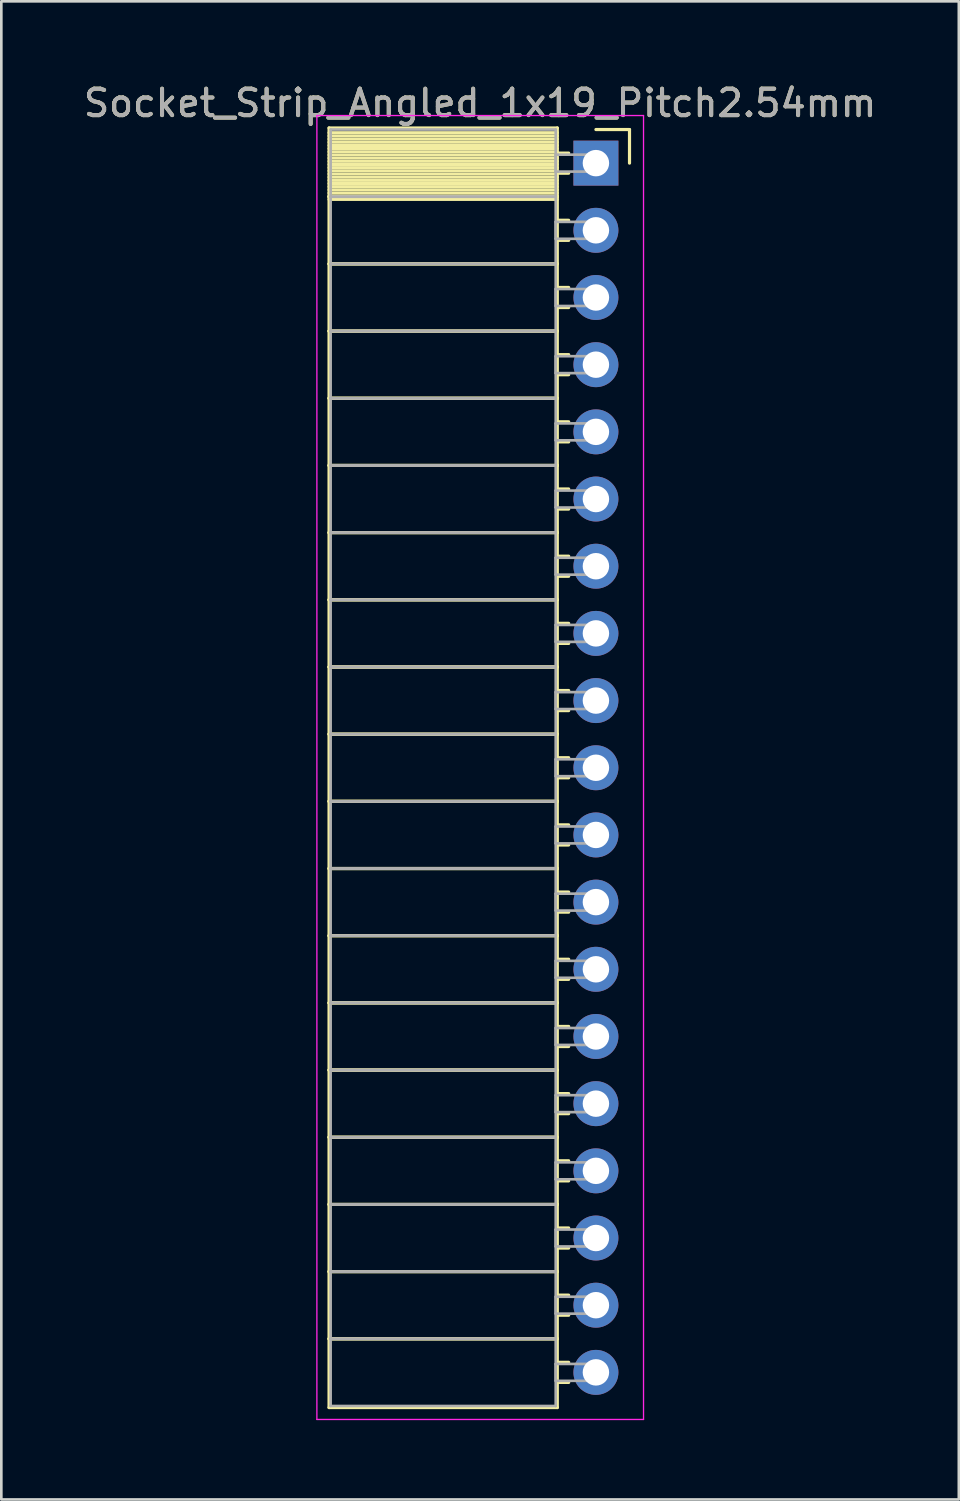
<source format=kicad_pcb>
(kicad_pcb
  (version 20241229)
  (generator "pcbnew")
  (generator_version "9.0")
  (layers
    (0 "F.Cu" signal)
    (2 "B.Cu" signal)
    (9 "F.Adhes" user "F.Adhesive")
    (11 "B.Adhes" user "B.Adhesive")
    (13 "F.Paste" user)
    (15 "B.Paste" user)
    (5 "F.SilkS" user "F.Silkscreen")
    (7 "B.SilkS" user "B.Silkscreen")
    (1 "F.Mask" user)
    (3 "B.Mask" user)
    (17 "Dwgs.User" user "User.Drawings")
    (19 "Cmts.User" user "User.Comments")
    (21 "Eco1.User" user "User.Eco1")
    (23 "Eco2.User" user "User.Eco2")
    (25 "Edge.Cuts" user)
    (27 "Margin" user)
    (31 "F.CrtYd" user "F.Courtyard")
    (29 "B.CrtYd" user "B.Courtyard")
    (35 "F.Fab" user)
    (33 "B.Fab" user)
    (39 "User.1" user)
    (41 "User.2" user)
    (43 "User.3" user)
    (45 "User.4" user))
  (footprint "Socket_Strip_Angled_1x19_Pitch2.54mm"
    (layer "F.Cu")
    (at 19.481 3.118)
    (property "Reference" "Socket_Strip_Angled_1x19_Pitch2.54mm" (at -4.38 -2.27 0) (layer "F.SilkS") (effects (font (size 1 1) (thickness 0.15))))
    (attr through_hole)
    (fp_line (start -10.09 -1.33) (end -1.46 -1.33) (stroke (width 0.12) (type solid)) (layer "F.SilkS"))
    (fp_line (start -10.09 1.27) (end -10.09 -1.33) (stroke (width 0.12) (type solid)) (layer "F.SilkS"))
    (fp_line (start -10.09 1.27) (end -1.46 1.27) (stroke (width 0.12) (type solid)) (layer "F.SilkS"))
    (fp_line (start -10.09 3.81) (end -10.09 1.27) (stroke (width 0.12) (type solid)) (layer "F.SilkS"))
    (fp_line (start -10.09 3.81) (end -1.46 3.81) (stroke (width 0.12) (type solid)) (layer "F.SilkS"))
    (fp_line (start -10.09 6.35) (end -10.09 3.81) (stroke (width 0.12) (type solid)) (layer "F.SilkS"))
    (fp_line (start -10.09 6.35) (end -1.46 6.35) (stroke (width 0.12) (type solid)) (layer "F.SilkS"))
    (fp_line (start -10.09 8.89) (end -10.09 6.35) (stroke (width 0.12) (type solid)) (layer "F.SilkS"))
    (fp_line (start -10.09 8.89) (end -1.46 8.89) (stroke (width 0.12) (type solid)) (layer "F.SilkS"))
    (fp_line (start -10.09 11.43) (end -10.09 8.89) (stroke (width 0.12) (type solid)) (layer "F.SilkS"))
    (fp_line (start -10.09 11.43) (end -1.46 11.43) (stroke (width 0.12) (type solid)) (layer "F.SilkS"))
    (fp_line (start -10.09 13.97) (end -10.09 11.43) (stroke (width 0.12) (type solid)) (layer "F.SilkS"))
    (fp_line (start -10.09 13.97) (end -1.46 13.97) (stroke (width 0.12) (type solid)) (layer "F.SilkS"))
    (fp_line (start -10.09 16.51) (end -10.09 13.97) (stroke (width 0.12) (type solid)) (layer "F.SilkS"))
    (fp_line (start -10.09 16.51) (end -1.46 16.51) (stroke (width 0.12) (type solid)) (layer "F.SilkS"))
    (fp_line (start -10.09 19.05) (end -10.09 16.51) (stroke (width 0.12) (type solid)) (layer "F.SilkS"))
    (fp_line (start -10.09 19.05) (end -1.46 19.05) (stroke (width 0.12) (type solid)) (layer "F.SilkS"))
    (fp_line (start -10.09 21.59) (end -10.09 19.05) (stroke (width 0.12) (type solid)) (layer "F.SilkS"))
    (fp_line (start -10.09 21.59) (end -1.46 21.59) (stroke (width 0.12) (type solid)) (layer "F.SilkS"))
    (fp_line (start -10.09 24.13) (end -10.09 21.59) (stroke (width 0.12) (type solid)) (layer "F.SilkS"))
    (fp_line (start -10.09 24.13) (end -1.46 24.13) (stroke (width 0.12) (type solid)) (layer "F.SilkS"))
    (fp_line (start -10.09 26.67) (end -10.09 24.13) (stroke (width 0.12) (type solid)) (layer "F.SilkS"))
    (fp_line (start -10.09 26.67) (end -1.46 26.67) (stroke (width 0.12) (type solid)) (layer "F.SilkS"))
    (fp_line (start -10.09 29.21) (end -10.09 26.67) (stroke (width 0.12) (type solid)) (layer "F.SilkS"))
    (fp_line (start -10.09 29.21) (end -1.46 29.21) (stroke (width 0.12) (type solid)) (layer "F.SilkS"))
    (fp_line (start -10.09 31.75) (end -10.09 29.21) (stroke (width 0.12) (type solid)) (layer "F.SilkS"))
    (fp_line (start -10.09 31.75) (end -1.46 31.75) (stroke (width 0.12) (type solid)) (layer "F.SilkS"))
    (fp_line (start -10.09 34.29) (end -10.09 31.75) (stroke (width 0.12) (type solid)) (layer "F.SilkS"))
    (fp_line (start -10.09 34.29) (end -1.46 34.29) (stroke (width 0.12) (type solid)) (layer "F.SilkS"))
    (fp_line (start -10.09 36.83) (end -10.09 34.29) (stroke (width 0.12) (type solid)) (layer "F.SilkS"))
    (fp_line (start -10.09 36.83) (end -1.46 36.83) (stroke (width 0.12) (type solid)) (layer "F.SilkS"))
    (fp_line (start -10.09 39.37) (end -10.09 36.83) (stroke (width 0.12) (type solid)) (layer "F.SilkS"))
    (fp_line (start -10.09 39.37) (end -1.46 39.37) (stroke (width 0.12) (type solid)) (layer "F.SilkS"))
    (fp_line (start -10.09 41.91) (end -10.09 39.37) (stroke (width 0.12) (type solid)) (layer "F.SilkS"))
    (fp_line (start -10.09 41.91) (end -1.46 41.91) (stroke (width 0.12) (type solid)) (layer "F.SilkS"))
    (fp_line (start -10.09 44.45) (end -10.09 41.91) (stroke (width 0.12) (type solid)) (layer "F.SilkS"))
    (fp_line (start -10.09 44.45) (end -1.46 44.45) (stroke (width 0.12) (type solid)) (layer "F.SilkS"))
    (fp_line (start -10.09 47.05) (end -10.09 44.45) (stroke (width 0.12) (type solid)) (layer "F.SilkS"))
    (fp_line (start -1.46 -1.33) (end -1.46 1.27) (stroke (width 0.12) (type solid)) (layer "F.SilkS"))
    (fp_line (start -1.46 -1.15) (end -10.09 -1.15) (stroke (width 0.12) (type solid)) (layer "F.SilkS"))
    (fp_line (start -1.46 -1.03) (end -10.09 -1.03) (stroke (width 0.12) (type solid)) (layer "F.SilkS"))
    (fp_line (start -1.46 -0.91) (end -10.09 -0.91) (stroke (width 0.12) (type solid)) (layer "F.SilkS"))
    (fp_line (start -1.46 -0.79) (end -10.09 -0.79) (stroke (width 0.12) (type solid)) (layer "F.SilkS"))
    (fp_line (start -1.46 -0.67) (end -10.09 -0.67) (stroke (width 0.12) (type solid)) (layer "F.SilkS"))
    (fp_line (start -1.46 -0.55) (end -10.09 -0.55) (stroke (width 0.12) (type solid)) (layer "F.SilkS"))
    (fp_line (start -1.46 -0.43) (end -10.09 -0.43) (stroke (width 0.12) (type solid)) (layer "F.SilkS"))
    (fp_line (start -1.46 -0.31) (end -10.09 -0.31) (stroke (width 0.12) (type solid)) (layer "F.SilkS"))
    (fp_line (start -1.46 -0.19) (end -10.09 -0.19) (stroke (width 0.12) (type solid)) (layer "F.SilkS"))
    (fp_line (start -1.46 -0.07) (end -10.09 -0.07) (stroke (width 0.12) (type solid)) (layer "F.SilkS"))
    (fp_line (start -1.46 0.05) (end -10.09 0.05) (stroke (width 0.12) (type solid)) (layer "F.SilkS"))
    (fp_line (start -1.46 0.17) (end -10.09 0.17) (stroke (width 0.12) (type solid)) (layer "F.SilkS"))
    (fp_line (start -1.46 0.29) (end -10.09 0.29) (stroke (width 0.12) (type solid)) (layer "F.SilkS"))
    (fp_line (start -1.46 0.41) (end -10.09 0.41) (stroke (width 0.12) (type solid)) (layer "F.SilkS"))
    (fp_line (start -1.46 0.53) (end -10.09 0.53) (stroke (width 0.12) (type solid)) (layer "F.SilkS"))
    (fp_line (start -1.46 0.65) (end -10.09 0.65) (stroke (width 0.12) (type solid)) (layer "F.SilkS"))
    (fp_line (start -1.46 0.77) (end -10.09 0.77) (stroke (width 0.12) (type solid)) (layer "F.SilkS"))
    (fp_line (start -1.46 0.89) (end -10.09 0.89) (stroke (width 0.12) (type solid)) (layer "F.SilkS"))
    (fp_line (start -1.46 1.01) (end -10.09 1.01) (stroke (width 0.12) (type solid)) (layer "F.SilkS"))
    (fp_line (start -1.46 1.13) (end -10.09 1.13) (stroke (width 0.12) (type solid)) (layer "F.SilkS"))
    (fp_line (start -1.46 1.25) (end -10.09 1.25) (stroke (width 0.12) (type solid)) (layer "F.SilkS"))
    (fp_line (start -1.46 1.27) (end -10.09 1.27) (stroke (width 0.12) (type solid)) (layer "F.SilkS"))
    (fp_line (start -1.46 1.27) (end -1.46 3.81) (stroke (width 0.12) (type solid)) (layer "F.SilkS"))
    (fp_line (start -1.46 1.37) (end -10.09 1.37) (stroke (width 0.12) (type solid)) (layer "F.SilkS"))
    (fp_line (start -1.46 3.81) (end -10.09 3.81) (stroke (width 0.12) (type solid)) (layer "F.SilkS"))
    (fp_line (start -1.46 3.81) (end -1.46 6.35) (stroke (width 0.12) (type solid)) (layer "F.SilkS"))
    (fp_line (start -1.46 6.35) (end -10.09 6.35) (stroke (width 0.12) (type solid)) (layer "F.SilkS"))
    (fp_line (start -1.46 6.35) (end -1.46 8.89) (stroke (width 0.12) (type solid)) (layer "F.SilkS"))
    (fp_line (start -1.46 8.89) (end -10.09 8.89) (stroke (width 0.12) (type solid)) (layer "F.SilkS"))
    (fp_line (start -1.46 8.89) (end -1.46 11.43) (stroke (width 0.12) (type solid)) (layer "F.SilkS"))
    (fp_line (start -1.46 11.43) (end -10.09 11.43) (stroke (width 0.12) (type solid)) (layer "F.SilkS"))
    (fp_line (start -1.46 11.43) (end -1.46 13.97) (stroke (width 0.12) (type solid)) (layer "F.SilkS"))
    (fp_line (start -1.46 13.97) (end -10.09 13.97) (stroke (width 0.12) (type solid)) (layer "F.SilkS"))
    (fp_line (start -1.46 13.97) (end -1.46 16.51) (stroke (width 0.12) (type solid)) (layer "F.SilkS"))
    (fp_line (start -1.46 16.51) (end -10.09 16.51) (stroke (width 0.12) (type solid)) (layer "F.SilkS"))
    (fp_line (start -1.46 16.51) (end -1.46 19.05) (stroke (width 0.12) (type solid)) (layer "F.SilkS"))
    (fp_line (start -1.46 19.05) (end -10.09 19.05) (stroke (width 0.12) (type solid)) (layer "F.SilkS"))
    (fp_line (start -1.46 19.05) (end -1.46 21.59) (stroke (width 0.12) (type solid)) (layer "F.SilkS"))
    (fp_line (start -1.46 21.59) (end -10.09 21.59) (stroke (width 0.12) (type solid)) (layer "F.SilkS"))
    (fp_line (start -1.46 21.59) (end -1.46 24.13) (stroke (width 0.12) (type solid)) (layer "F.SilkS"))
    (fp_line (start -1.46 24.13) (end -10.09 24.13) (stroke (width 0.12) (type solid)) (layer "F.SilkS"))
    (fp_line (start -1.46 24.13) (end -1.46 26.67) (stroke (width 0.12) (type solid)) (layer "F.SilkS"))
    (fp_line (start -1.46 26.67) (end -10.09 26.67) (stroke (width 0.12) (type solid)) (layer "F.SilkS"))
    (fp_line (start -1.46 26.67) (end -1.46 29.21) (stroke (width 0.12) (type solid)) (layer "F.SilkS"))
    (fp_line (start -1.46 29.21) (end -10.09 29.21) (stroke (width 0.12) (type solid)) (layer "F.SilkS"))
    (fp_line (start -1.46 29.21) (end -1.46 31.75) (stroke (width 0.12) (type solid)) (layer "F.SilkS"))
    (fp_line (start -1.46 31.75) (end -10.09 31.75) (stroke (width 0.12) (type solid)) (layer "F.SilkS"))
    (fp_line (start -1.46 31.75) (end -1.46 34.29) (stroke (width 0.12) (type solid)) (layer "F.SilkS"))
    (fp_line (start -1.46 34.29) (end -10.09 34.29) (stroke (width 0.12) (type solid)) (layer "F.SilkS"))
    (fp_line (start -1.46 34.29) (end -1.46 36.83) (stroke (width 0.12) (type solid)) (layer "F.SilkS"))
    (fp_line (start -1.46 36.83) (end -10.09 36.83) (stroke (width 0.12) (type solid)) (layer "F.SilkS"))
    (fp_line (start -1.46 36.83) (end -1.46 39.37) (stroke (width 0.12) (type solid)) (layer "F.SilkS"))
    (fp_line (start -1.46 39.37) (end -10.09 39.37) (stroke (width 0.12) (type solid)) (layer "F.SilkS"))
    (fp_line (start -1.46 39.37) (end -1.46 41.91) (stroke (width 0.12) (type solid)) (layer "F.SilkS"))
    (fp_line (start -1.46 41.91) (end -10.09 41.91) (stroke (width 0.12) (type solid)) (layer "F.SilkS"))
    (fp_line (start -1.46 41.91) (end -1.46 44.45) (stroke (width 0.12) (type solid)) (layer "F.SilkS"))
    (fp_line (start -1.46 44.45) (end -10.09 44.45) (stroke (width 0.12) (type solid)) (layer "F.SilkS"))
    (fp_line (start -1.46 44.45) (end -1.46 47.05) (stroke (width 0.12) (type solid)) (layer "F.SilkS"))
    (fp_line (start -1.46 47.05) (end -10.09 47.05) (stroke (width 0.12) (type solid)) (layer "F.SilkS"))
    (fp_line (start -1.03 -0.38) (end -1.46 -0.38) (stroke (width 0.12) (type solid)) (layer "F.SilkS"))
    (fp_line (start -1.03 0.38) (end -1.46 0.38) (stroke (width 0.12) (type solid)) (layer "F.SilkS"))
    (fp_line (start -1.03 2.16) (end -1.46 2.16) (stroke (width 0.12) (type solid)) (layer "F.SilkS"))
    (fp_line (start -1.03 2.92) (end -1.46 2.92) (stroke (width 0.12) (type solid)) (layer "F.SilkS"))
    (fp_line (start -1.03 4.7) (end -1.46 4.7) (stroke (width 0.12) (type solid)) (layer "F.SilkS"))
    (fp_line (start -1.03 5.46) (end -1.46 5.46) (stroke (width 0.12) (type solid)) (layer "F.SilkS"))
    (fp_line (start -1.03 7.24) (end -1.46 7.24) (stroke (width 0.12) (type solid)) (layer "F.SilkS"))
    (fp_line (start -1.03 8) (end -1.46 8) (stroke (width 0.12) (type solid)) (layer "F.SilkS"))
    (fp_line (start -1.03 9.78) (end -1.46 9.78) (stroke (width 0.12) (type solid)) (layer "F.SilkS"))
    (fp_line (start -1.03 10.54) (end -1.46 10.54) (stroke (width 0.12) (type solid)) (layer "F.SilkS"))
    (fp_line (start -1.03 12.32) (end -1.46 12.32) (stroke (width 0.12) (type solid)) (layer "F.SilkS"))
    (fp_line (start -1.03 13.08) (end -1.46 13.08) (stroke (width 0.12) (type solid)) (layer "F.SilkS"))
    (fp_line (start -1.03 14.86) (end -1.46 14.86) (stroke (width 0.12) (type solid)) (layer "F.SilkS"))
    (fp_line (start -1.03 15.62) (end -1.46 15.62) (stroke (width 0.12) (type solid)) (layer "F.SilkS"))
    (fp_line (start -1.03 17.4) (end -1.46 17.4) (stroke (width 0.12) (type solid)) (layer "F.SilkS"))
    (fp_line (start -1.03 18.16) (end -1.46 18.16) (stroke (width 0.12) (type solid)) (layer "F.SilkS"))
    (fp_line (start -1.03 19.94) (end -1.46 19.94) (stroke (width 0.12) (type solid)) (layer "F.SilkS"))
    (fp_line (start -1.03 20.7) (end -1.46 20.7) (stroke (width 0.12) (type solid)) (layer "F.SilkS"))
    (fp_line (start -1.03 22.48) (end -1.46 22.48) (stroke (width 0.12) (type solid)) (layer "F.SilkS"))
    (fp_line (start -1.03 23.24) (end -1.46 23.24) (stroke (width 0.12) (type solid)) (layer "F.SilkS"))
    (fp_line (start -1.03 25.02) (end -1.46 25.02) (stroke (width 0.12) (type solid)) (layer "F.SilkS"))
    (fp_line (start -1.03 25.78) (end -1.46 25.78) (stroke (width 0.12) (type solid)) (layer "F.SilkS"))
    (fp_line (start -1.03 27.56) (end -1.46 27.56) (stroke (width 0.12) (type solid)) (layer "F.SilkS"))
    (fp_line (start -1.03 28.32) (end -1.46 28.32) (stroke (width 0.12) (type solid)) (layer "F.SilkS"))
    (fp_line (start -1.03 30.1) (end -1.46 30.1) (stroke (width 0.12) (type solid)) (layer "F.SilkS"))
    (fp_line (start -1.03 30.86) (end -1.46 30.86) (stroke (width 0.12) (type solid)) (layer "F.SilkS"))
    (fp_line (start -1.03 32.64) (end -1.46 32.64) (stroke (width 0.12) (type solid)) (layer "F.SilkS"))
    (fp_line (start -1.03 33.4) (end -1.46 33.4) (stroke (width 0.12) (type solid)) (layer "F.SilkS"))
    (fp_line (start -1.03 35.18) (end -1.46 35.18) (stroke (width 0.12) (type solid)) (layer "F.SilkS"))
    (fp_line (start -1.03 35.94) (end -1.46 35.94) (stroke (width 0.12) (type solid)) (layer "F.SilkS"))
    (fp_line (start -1.03 37.72) (end -1.46 37.72) (stroke (width 0.12) (type solid)) (layer "F.SilkS"))
    (fp_line (start -1.03 38.48) (end -1.46 38.48) (stroke (width 0.12) (type solid)) (layer "F.SilkS"))
    (fp_line (start -1.03 40.26) (end -1.46 40.26) (stroke (width 0.12) (type solid)) (layer "F.SilkS"))
    (fp_line (start -1.03 41.02) (end -1.46 41.02) (stroke (width 0.12) (type solid)) (layer "F.SilkS"))
    (fp_line (start -1.03 42.8) (end -1.46 42.8) (stroke (width 0.12) (type solid)) (layer "F.SilkS"))
    (fp_line (start -1.03 43.56) (end -1.46 43.56) (stroke (width 0.12) (type solid)) (layer "F.SilkS"))
    (fp_line (start -1.03 45.34) (end -1.46 45.34) (stroke (width 0.12) (type solid)) (layer "F.SilkS"))
    (fp_line (start -1.03 46.1) (end -1.46 46.1) (stroke (width 0.12) (type solid)) (layer "F.SilkS"))
    (fp_line (start 0 -1.27) (end 1.27 -1.27) (stroke (width 0.12) (type solid)) (layer "F.SilkS"))
    (fp_line (start 1.27 -1.27) (end 1.27 0) (stroke (width 0.12) (type solid)) (layer "F.SilkS"))
    (fp_line (start -10.55 -1.8) (end 1.8 -1.8) (stroke (width 0.05) (type solid)) (layer "F.CrtYd"))
    (fp_line (start -10.55 47.5) (end -10.55 -1.8) (stroke (width 0.05) (type solid)) (layer "F.CrtYd"))
    (fp_line (start 1.8 -1.8) (end 1.8 47.5) (stroke (width 0.05) (type solid)) (layer "F.CrtYd"))
    (fp_line (start 1.8 47.5) (end -10.55 47.5) (stroke (width 0.05) (type solid)) (layer "F.CrtYd"))
    (fp_line (start -10.03 -1.27) (end -1.52 -1.27) (stroke (width 0.1) (type solid)) (layer "F.Fab"))
    (fp_line (start -10.03 1.27) (end -10.03 -1.27) (stroke (width 0.1) (type solid)) (layer "F.Fab"))
    (fp_line (start -10.03 1.27) (end -1.52 1.27) (stroke (width 0.1) (type solid)) (layer "F.Fab"))
    (fp_line (start -10.03 3.81) (end -10.03 1.27) (stroke (width 0.1) (type solid)) (layer "F.Fab"))
    (fp_line (start -10.03 3.81) (end -1.52 3.81) (stroke (width 0.1) (type solid)) (layer "F.Fab"))
    (fp_line (start -10.03 6.35) (end -10.03 3.81) (stroke (width 0.1) (type solid)) (layer "F.Fab"))
    (fp_line (start -10.03 6.35) (end -1.52 6.35) (stroke (width 0.1) (type solid)) (layer "F.Fab"))
    (fp_line (start -10.03 8.89) (end -10.03 6.35) (stroke (width 0.1) (type solid)) (layer "F.Fab"))
    (fp_line (start -10.03 8.89) (end -1.52 8.89) (stroke (width 0.1) (type solid)) (layer "F.Fab"))
    (fp_line (start -10.03 11.43) (end -10.03 8.89) (stroke (width 0.1) (type solid)) (layer "F.Fab"))
    (fp_line (start -10.03 11.43) (end -1.52 11.43) (stroke (width 0.1) (type solid)) (layer "F.Fab"))
    (fp_line (start -10.03 13.97) (end -10.03 11.43) (stroke (width 0.1) (type solid)) (layer "F.Fab"))
    (fp_line (start -10.03 13.97) (end -1.52 13.97) (stroke (width 0.1) (type solid)) (layer "F.Fab"))
    (fp_line (start -10.03 16.51) (end -10.03 13.97) (stroke (width 0.1) (type solid)) (layer "F.Fab"))
    (fp_line (start -10.03 16.51) (end -1.52 16.51) (stroke (width 0.1) (type solid)) (layer "F.Fab"))
    (fp_line (start -10.03 19.05) (end -10.03 16.51) (stroke (width 0.1) (type solid)) (layer "F.Fab"))
    (fp_line (start -10.03 19.05) (end -1.52 19.05) (stroke (width 0.1) (type solid)) (layer "F.Fab"))
    (fp_line (start -10.03 21.59) (end -10.03 19.05) (stroke (width 0.1) (type solid)) (layer "F.Fab"))
    (fp_line (start -10.03 21.59) (end -1.52 21.59) (stroke (width 0.1) (type solid)) (layer "F.Fab"))
    (fp_line (start -10.03 24.13) (end -10.03 21.59) (stroke (width 0.1) (type solid)) (layer "F.Fab"))
    (fp_line (start -10.03 24.13) (end -1.52 24.13) (stroke (width 0.1) (type solid)) (layer "F.Fab"))
    (fp_line (start -10.03 26.67) (end -10.03 24.13) (stroke (width 0.1) (type solid)) (layer "F.Fab"))
    (fp_line (start -10.03 26.67) (end -1.52 26.67) (stroke (width 0.1) (type solid)) (layer "F.Fab"))
    (fp_line (start -10.03 29.21) (end -10.03 26.67) (stroke (width 0.1) (type solid)) (layer "F.Fab"))
    (fp_line (start -10.03 29.21) (end -1.52 29.21) (stroke (width 0.1) (type solid)) (layer "F.Fab"))
    (fp_line (start -10.03 31.75) (end -10.03 29.21) (stroke (width 0.1) (type solid)) (layer "F.Fab"))
    (fp_line (start -10.03 31.75) (end -1.52 31.75) (stroke (width 0.1) (type solid)) (layer "F.Fab"))
    (fp_line (start -10.03 34.29) (end -10.03 31.75) (stroke (width 0.1) (type solid)) (layer "F.Fab"))
    (fp_line (start -10.03 34.29) (end -1.52 34.29) (stroke (width 0.1) (type solid)) (layer "F.Fab"))
    (fp_line (start -10.03 36.83) (end -10.03 34.29) (stroke (width 0.1) (type solid)) (layer "F.Fab"))
    (fp_line (start -10.03 36.83) (end -1.52 36.83) (stroke (width 0.1) (type solid)) (layer "F.Fab"))
    (fp_line (start -10.03 39.37) (end -10.03 36.83) (stroke (width 0.1) (type solid)) (layer "F.Fab"))
    (fp_line (start -10.03 39.37) (end -1.52 39.37) (stroke (width 0.1) (type solid)) (layer "F.Fab"))
    (fp_line (start -10.03 41.91) (end -10.03 39.37) (stroke (width 0.1) (type solid)) (layer "F.Fab"))
    (fp_line (start -10.03 41.91) (end -1.52 41.91) (stroke (width 0.1) (type solid)) (layer "F.Fab"))
    (fp_line (start -10.03 44.45) (end -10.03 41.91) (stroke (width 0.1) (type solid)) (layer "F.Fab"))
    (fp_line (start -10.03 44.45) (end -1.52 44.45) (stroke (width 0.1) (type solid)) (layer "F.Fab"))
    (fp_line (start -10.03 46.99) (end -10.03 44.45) (stroke (width 0.1) (type solid)) (layer "F.Fab"))
    (fp_line (start -1.52 -1.27) (end -1.52 1.27) (stroke (width 0.1) (type solid)) (layer "F.Fab"))
    (fp_line (start -1.52 -0.32) (end 0 -0.32) (stroke (width 0.1) (type solid)) (layer "F.Fab"))
    (fp_line (start -1.52 0.32) (end -1.52 -0.32) (stroke (width 0.1) (type solid)) (layer "F.Fab"))
    (fp_line (start -1.52 1.27) (end -10.03 1.27) (stroke (width 0.1) (type solid)) (layer "F.Fab"))
    (fp_line (start -1.52 1.27) (end -1.52 3.81) (stroke (width 0.1) (type solid)) (layer "F.Fab"))
    (fp_line (start -1.52 2.22) (end 0 2.22) (stroke (width 0.1) (type solid)) (layer "F.Fab"))
    (fp_line (start -1.52 2.86) (end -1.52 2.22) (stroke (width 0.1) (type solid)) (layer "F.Fab"))
    (fp_line (start -1.52 3.81) (end -10.03 3.81) (stroke (width 0.1) (type solid)) (layer "F.Fab"))
    (fp_line (start -1.52 3.81) (end -1.52 6.35) (stroke (width 0.1) (type solid)) (layer "F.Fab"))
    (fp_line (start -1.52 4.76) (end 0 4.76) (stroke (width 0.1) (type solid)) (layer "F.Fab"))
    (fp_line (start -1.52 5.4) (end -1.52 4.76) (stroke (width 0.1) (type solid)) (layer "F.Fab"))
    (fp_line (start -1.52 6.35) (end -10.03 6.35) (stroke (width 0.1) (type solid)) (layer "F.Fab"))
    (fp_line (start -1.52 6.35) (end -1.52 8.89) (stroke (width 0.1) (type solid)) (layer "F.Fab"))
    (fp_line (start -1.52 7.3) (end 0 7.3) (stroke (width 0.1) (type solid)) (layer "F.Fab"))
    (fp_line (start -1.52 7.94) (end -1.52 7.3) (stroke (width 0.1) (type solid)) (layer "F.Fab"))
    (fp_line (start -1.52 8.89) (end -10.03 8.89) (stroke (width 0.1) (type solid)) (layer "F.Fab"))
    (fp_line (start -1.52 8.89) (end -1.52 11.43) (stroke (width 0.1) (type solid)) (layer "F.Fab"))
    (fp_line (start -1.52 9.84) (end 0 9.84) (stroke (width 0.1) (type solid)) (layer "F.Fab"))
    (fp_line (start -1.52 10.48) (end -1.52 9.84) (stroke (width 0.1) (type solid)) (layer "F.Fab"))
    (fp_line (start -1.52 11.43) (end -10.03 11.43) (stroke (width 0.1) (type solid)) (layer "F.Fab"))
    (fp_line (start -1.52 11.43) (end -1.52 13.97) (stroke (width 0.1) (type solid)) (layer "F.Fab"))
    (fp_line (start -1.52 12.38) (end 0 12.38) (stroke (width 0.1) (type solid)) (layer "F.Fab"))
    (fp_line (start -1.52 13.02) (end -1.52 12.38) (stroke (width 0.1) (type solid)) (layer "F.Fab"))
    (fp_line (start -1.52 13.97) (end -10.03 13.97) (stroke (width 0.1) (type solid)) (layer "F.Fab"))
    (fp_line (start -1.52 13.97) (end -1.52 16.51) (stroke (width 0.1) (type solid)) (layer "F.Fab"))
    (fp_line (start -1.52 14.92) (end 0 14.92) (stroke (width 0.1) (type solid)) (layer "F.Fab"))
    (fp_line (start -1.52 15.56) (end -1.52 14.92) (stroke (width 0.1) (type solid)) (layer "F.Fab"))
    (fp_line (start -1.52 16.51) (end -10.03 16.51) (stroke (width 0.1) (type solid)) (layer "F.Fab"))
    (fp_line (start -1.52 16.51) (end -1.52 19.05) (stroke (width 0.1) (type solid)) (layer "F.Fab"))
    (fp_line (start -1.52 17.46) (end 0 17.46) (stroke (width 0.1) (type solid)) (layer "F.Fab"))
    (fp_line (start -1.52 18.1) (end -1.52 17.46) (stroke (width 0.1) (type solid)) (layer "F.Fab"))
    (fp_line (start -1.52 19.05) (end -10.03 19.05) (stroke (width 0.1) (type solid)) (layer "F.Fab"))
    (fp_line (start -1.52 19.05) (end -1.52 21.59) (stroke (width 0.1) (type solid)) (layer "F.Fab"))
    (fp_line (start -1.52 20) (end 0 20) (stroke (width 0.1) (type solid)) (layer "F.Fab"))
    (fp_line (start -1.52 20.64) (end -1.52 20) (stroke (width 0.1) (type solid)) (layer "F.Fab"))
    (fp_line (start -1.52 21.59) (end -10.03 21.59) (stroke (width 0.1) (type solid)) (layer "F.Fab"))
    (fp_line (start -1.52 21.59) (end -1.52 24.13) (stroke (width 0.1) (type solid)) (layer "F.Fab"))
    (fp_line (start -1.52 22.54) (end 0 22.54) (stroke (width 0.1) (type solid)) (layer "F.Fab"))
    (fp_line (start -1.52 23.18) (end -1.52 22.54) (stroke (width 0.1) (type solid)) (layer "F.Fab"))
    (fp_line (start -1.52 24.13) (end -10.03 24.13) (stroke (width 0.1) (type solid)) (layer "F.Fab"))
    (fp_line (start -1.52 24.13) (end -1.52 26.67) (stroke (width 0.1) (type solid)) (layer "F.Fab"))
    (fp_line (start -1.52 25.08) (end 0 25.08) (stroke (width 0.1) (type solid)) (layer "F.Fab"))
    (fp_line (start -1.52 25.72) (end -1.52 25.08) (stroke (width 0.1) (type solid)) (layer "F.Fab"))
    (fp_line (start -1.52 26.67) (end -10.03 26.67) (stroke (width 0.1) (type solid)) (layer "F.Fab"))
    (fp_line (start -1.52 26.67) (end -1.52 29.21) (stroke (width 0.1) (type solid)) (layer "F.Fab"))
    (fp_line (start -1.52 27.62) (end 0 27.62) (stroke (width 0.1) (type solid)) (layer "F.Fab"))
    (fp_line (start -1.52 28.26) (end -1.52 27.62) (stroke (width 0.1) (type solid)) (layer "F.Fab"))
    (fp_line (start -1.52 29.21) (end -10.03 29.21) (stroke (width 0.1) (type solid)) (layer "F.Fab"))
    (fp_line (start -1.52 29.21) (end -1.52 31.75) (stroke (width 0.1) (type solid)) (layer "F.Fab"))
    (fp_line (start -1.52 30.16) (end 0 30.16) (stroke (width 0.1) (type solid)) (layer "F.Fab"))
    (fp_line (start -1.52 30.8) (end -1.52 30.16) (stroke (width 0.1) (type solid)) (layer "F.Fab"))
    (fp_line (start -1.52 31.75) (end -10.03 31.75) (stroke (width 0.1) (type solid)) (layer "F.Fab"))
    (fp_line (start -1.52 31.75) (end -1.52 34.29) (stroke (width 0.1) (type solid)) (layer "F.Fab"))
    (fp_line (start -1.52 32.7) (end 0 32.7) (stroke (width 0.1) (type solid)) (layer "F.Fab"))
    (fp_line (start -1.52 33.34) (end -1.52 32.7) (stroke (width 0.1) (type solid)) (layer "F.Fab"))
    (fp_line (start -1.52 34.29) (end -10.03 34.29) (stroke (width 0.1) (type solid)) (layer "F.Fab"))
    (fp_line (start -1.52 34.29) (end -1.52 36.83) (stroke (width 0.1) (type solid)) (layer "F.Fab"))
    (fp_line (start -1.52 35.24) (end 0 35.24) (stroke (width 0.1) (type solid)) (layer "F.Fab"))
    (fp_line (start -1.52 35.88) (end -1.52 35.24) (stroke (width 0.1) (type solid)) (layer "F.Fab"))
    (fp_line (start -1.52 36.83) (end -10.03 36.83) (stroke (width 0.1) (type solid)) (layer "F.Fab"))
    (fp_line (start -1.52 36.83) (end -1.52 39.37) (stroke (width 0.1) (type solid)) (layer "F.Fab"))
    (fp_line (start -1.52 37.78) (end 0 37.78) (stroke (width 0.1) (type solid)) (layer "F.Fab"))
    (fp_line (start -1.52 38.42) (end -1.52 37.78) (stroke (width 0.1) (type solid)) (layer "F.Fab"))
    (fp_line (start -1.52 39.37) (end -10.03 39.37) (stroke (width 0.1) (type solid)) (layer "F.Fab"))
    (fp_line (start -1.52 39.37) (end -1.52 41.91) (stroke (width 0.1) (type solid)) (layer "F.Fab"))
    (fp_line (start -1.52 40.32) (end 0 40.32) (stroke (width 0.1) (type solid)) (layer "F.Fab"))
    (fp_line (start -1.52 40.96) (end -1.52 40.32) (stroke (width 0.1) (type solid)) (layer "F.Fab"))
    (fp_line (start -1.52 41.91) (end -10.03 41.91) (stroke (width 0.1) (type solid)) (layer "F.Fab"))
    (fp_line (start -1.52 41.91) (end -1.52 44.45) (stroke (width 0.1) (type solid)) (layer "F.Fab"))
    (fp_line (start -1.52 42.86) (end 0 42.86) (stroke (width 0.1) (type solid)) (layer "F.Fab"))
    (fp_line (start -1.52 43.5) (end -1.52 42.86) (stroke (width 0.1) (type solid)) (layer "F.Fab"))
    (fp_line (start -1.52 44.45) (end -10.03 44.45) (stroke (width 0.1) (type solid)) (layer "F.Fab"))
    (fp_line (start -1.52 44.45) (end -1.52 46.99) (stroke (width 0.1) (type solid)) (layer "F.Fab"))
    (fp_line (start -1.52 45.4) (end 0 45.4) (stroke (width 0.1) (type solid)) (layer "F.Fab"))
    (fp_line (start -1.52 46.04) (end -1.52 45.4) (stroke (width 0.1) (type solid)) (layer "F.Fab"))
    (fp_line (start -1.52 46.99) (end -10.03 46.99) (stroke (width 0.1) (type solid)) (layer "F.Fab"))
    (fp_line (start 0 -0.32) (end 0 0.32) (stroke (width 0.1) (type solid)) (layer "F.Fab"))
    (fp_line (start 0 0.32) (end -1.52 0.32) (stroke (width 0.1) (type solid)) (layer "F.Fab"))
    (fp_line (start 0 2.22) (end 0 2.86) (stroke (width 0.1) (type solid)) (layer "F.Fab"))
    (fp_line (start 0 2.86) (end -1.52 2.86) (stroke (width 0.1) (type solid)) (layer "F.Fab"))
    (fp_line (start 0 4.76) (end 0 5.4) (stroke (width 0.1) (type solid)) (layer "F.Fab"))
    (fp_line (start 0 5.4) (end -1.52 5.4) (stroke (width 0.1) (type solid)) (layer "F.Fab"))
    (fp_line (start 0 7.3) (end 0 7.94) (stroke (width 0.1) (type solid)) (layer "F.Fab"))
    (fp_line (start 0 7.94) (end -1.52 7.94) (stroke (width 0.1) (type solid)) (layer "F.Fab"))
    (fp_line (start 0 9.84) (end 0 10.48) (stroke (width 0.1) (type solid)) (layer "F.Fab"))
    (fp_line (start 0 10.48) (end -1.52 10.48) (stroke (width 0.1) (type solid)) (layer "F.Fab"))
    (fp_line (start 0 12.38) (end 0 13.02) (stroke (width 0.1) (type solid)) (layer "F.Fab"))
    (fp_line (start 0 13.02) (end -1.52 13.02) (stroke (width 0.1) (type solid)) (layer "F.Fab"))
    (fp_line (start 0 14.92) (end 0 15.56) (stroke (width 0.1) (type solid)) (layer "F.Fab"))
    (fp_line (start 0 15.56) (end -1.52 15.56) (stroke (width 0.1) (type solid)) (layer "F.Fab"))
    (fp_line (start 0 17.46) (end 0 18.1) (stroke (width 0.1) (type solid)) (layer "F.Fab"))
    (fp_line (start 0 18.1) (end -1.52 18.1) (stroke (width 0.1) (type solid)) (layer "F.Fab"))
    (fp_line (start 0 20) (end 0 20.64) (stroke (width 0.1) (type solid)) (layer "F.Fab"))
    (fp_line (start 0 20.64) (end -1.52 20.64) (stroke (width 0.1) (type solid)) (layer "F.Fab"))
    (fp_line (start 0 22.54) (end 0 23.18) (stroke (width 0.1) (type solid)) (layer "F.Fab"))
    (fp_line (start 0 23.18) (end -1.52 23.18) (stroke (width 0.1) (type solid)) (layer "F.Fab"))
    (fp_line (start 0 25.08) (end 0 25.72) (stroke (width 0.1) (type solid)) (layer "F.Fab"))
    (fp_line (start 0 25.72) (end -1.52 25.72) (stroke (width 0.1) (type solid)) (layer "F.Fab"))
    (fp_line (start 0 27.62) (end 0 28.26) (stroke (width 0.1) (type solid)) (layer "F.Fab"))
    (fp_line (start 0 28.26) (end -1.52 28.26) (stroke (width 0.1) (type solid)) (layer "F.Fab"))
    (fp_line (start 0 30.16) (end 0 30.8) (stroke (width 0.1) (type solid)) (layer "F.Fab"))
    (fp_line (start 0 30.8) (end -1.52 30.8) (stroke (width 0.1) (type solid)) (layer "F.Fab"))
    (fp_line (start 0 32.7) (end 0 33.34) (stroke (width 0.1) (type solid)) (layer "F.Fab"))
    (fp_line (start 0 33.34) (end -1.52 33.34) (stroke (width 0.1) (type solid)) (layer "F.Fab"))
    (fp_line (start 0 35.24) (end 0 35.88) (stroke (width 0.1) (type solid)) (layer "F.Fab"))
    (fp_line (start 0 35.88) (end -1.52 35.88) (stroke (width 0.1) (type solid)) (layer "F.Fab"))
    (fp_line (start 0 37.78) (end 0 38.42) (stroke (width 0.1) (type solid)) (layer "F.Fab"))
    (fp_line (start 0 38.42) (end -1.52 38.42) (stroke (width 0.1) (type solid)) (layer "F.Fab"))
    (fp_line (start 0 40.32) (end 0 40.96) (stroke (width 0.1) (type solid)) (layer "F.Fab"))
    (fp_line (start 0 40.96) (end -1.52 40.96) (stroke (width 0.1) (type solid)) (layer "F.Fab"))
    (fp_line (start 0 42.86) (end 0 43.5) (stroke (width 0.1) (type solid)) (layer "F.Fab"))
    (fp_line (start 0 43.5) (end -1.52 43.5) (stroke (width 0.1) (type solid)) (layer "F.Fab"))
    (fp_line (start 0 45.4) (end 0 46.04) (stroke (width 0.1) (type solid)) (layer "F.Fab"))
    (fp_line (start 0 46.04) (end -1.52 46.04) (stroke (width 0.1) (type solid)) (layer "F.Fab"))
    (fp_text user "${REFERENCE}" (at -4.38 -2.27 0) (layer "F.Fab") (effects (font (size 1 1) (thickness 0.15))))
    (pad "1" thru_hole rect (at 0 0) (size 1.7 1.7) (drill 1) (layers "*.Cu" "*.Mask"))
    (pad "2" thru_hole oval (at 0 2.54) (size 1.7 1.7) (drill 1) (layers "*.Cu" "*.Mask"))
    (pad "3" thru_hole oval (at 0 5.08) (size 1.7 1.7) (drill 1) (layers "*.Cu" "*.Mask"))
    (pad "4" thru_hole oval (at 0 7.62) (size 1.7 1.7) (drill 1) (layers "*.Cu" "*.Mask"))
    (pad "5" thru_hole oval (at 0 10.16) (size 1.7 1.7) (drill 1) (layers "*.Cu" "*.Mask"))
    (pad "6" thru_hole oval (at 0 12.7) (size 1.7 1.7) (drill 1) (layers "*.Cu" "*.Mask"))
    (pad "7" thru_hole oval (at 0 15.24) (size 1.7 1.7) (drill 1) (layers "*.Cu" "*.Mask"))
    (pad "8" thru_hole oval (at 0 17.78) (size 1.7 1.7) (drill 1) (layers "*.Cu" "*.Mask"))
    (pad "9" thru_hole oval (at 0 20.32) (size 1.7 1.7) (drill 1) (layers "*.Cu" "*.Mask"))
    (pad "10" thru_hole oval (at 0 22.86) (size 1.7 1.7) (drill 1) (layers "*.Cu" "*.Mask"))
    (pad "11" thru_hole oval (at 0 25.4) (size 1.7 1.7) (drill 1) (layers "*.Cu" "*.Mask"))
    (pad "12" thru_hole oval (at 0 27.94) (size 1.7 1.7) (drill 1) (layers "*.Cu" "*.Mask"))
    (pad "13" thru_hole oval (at 0 30.48) (size 1.7 1.7) (drill 1) (layers "*.Cu" "*.Mask"))
    (pad "14" thru_hole oval (at 0 33.02) (size 1.7 1.7) (drill 1) (layers "*.Cu" "*.Mask"))
    (pad "15" thru_hole oval (at 0 35.56) (size 1.7 1.7) (drill 1) (layers "*.Cu" "*.Mask"))
    (pad "16" thru_hole oval (at 0 38.1) (size 1.7 1.7) (drill 1) (layers "*.Cu" "*.Mask"))
    (pad "17" thru_hole oval (at 0 40.64) (size 1.7 1.7) (drill 1) (layers "*.Cu" "*.Mask"))
    (pad "18" thru_hole oval (at 0 43.18) (size 1.7 1.7) (drill 1) (layers "*.Cu" "*.Mask"))
    (pad "19" thru_hole oval (at 0 45.72) (size 1.7 1.7) (drill 1) (layers "*.Cu" "*.Mask")))
  (gr_rect
    (start -3 -3)
    (end 33.202 53.643)
    (stroke (width 0.1) (type default))
    (fill no)
    (layer "Edge.Cuts")))
</source>
